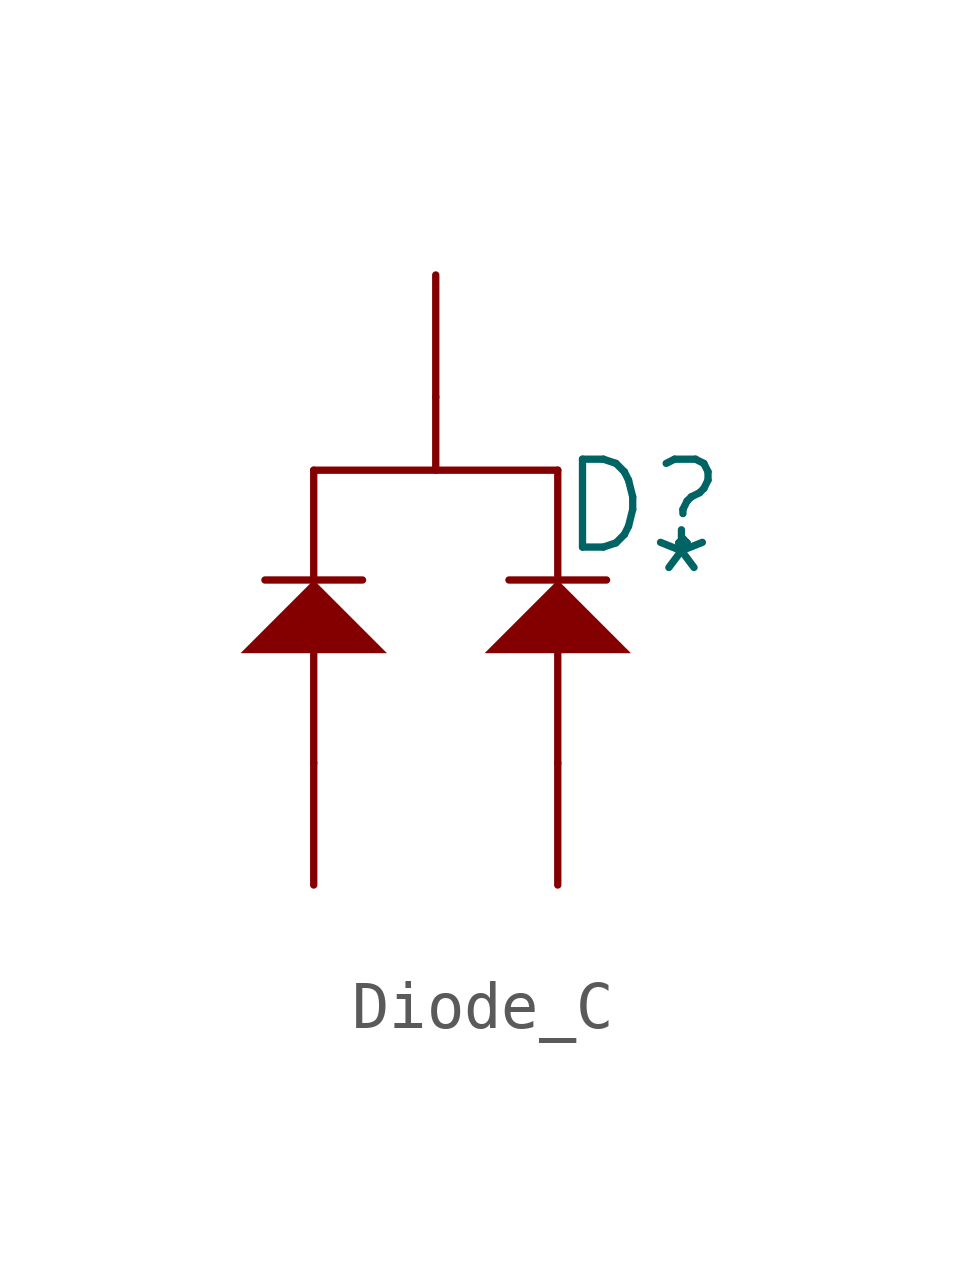
<source format=kicad_sym>
(kicad_symbol_lib
  (version 20241209)
  (generator "kicad_symbol_editor")
  (generator_version "9.0")
  (symbol "Diode_C"
    (pin_numbers
      (hide yes))
    (pin_names
      (hide yes))
    (property "Reference" "D"
      (at 9.398 -2.286 0)
      (effects (font (size 1.829 1.829))))
    (property "Value" "*"
      (at 9.398 -4.826 0)
      (effects (font (size 1.829 1.829)) (justify left bottom)))
    (symbol "Diode_C_1_0"
      (polyline (pts (xy 1.016 -5.334) (xy 4.064 -5.334) (xy 2.54 -3.81) (xy 1.016 -5.334) (xy 1.016 -5.334)) (stroke (width -0.0001) (type solid)) (fill (type outline)))
      (polyline (pts (xy 1.524 -3.81) (xy 3.556 -3.81)) (stroke (width 0) (type solid)) (fill (type none)))
      (polyline (pts (xy 2.54 -3.81) (xy 2.54 -1.524)) (stroke (width 0) (type solid)) (fill (type none)))
      (polyline (pts (xy 2.54 -7.62) (xy 2.54 -5.334)) (stroke (width 0) (type solid)) (fill (type none)))
      (polyline (pts (xy 5.08 0) (xy 5.08 -1.524)) (stroke (width 0) (type solid)) (fill (type none)))
      (polyline (pts (xy 6.096 -5.334) (xy 9.144 -5.334) (xy 7.62 -3.81) (xy 6.096 -5.334) (xy 6.096 -5.334)) (stroke (width -0.0001) (type solid)) (fill (type outline)))
      (polyline (pts (xy 6.604 -3.81) (xy 8.636 -3.81)) (stroke (width 0) (type solid)) (fill (type none)))
      (polyline (pts (xy 7.62 -1.524) (xy 2.54 -1.524)) (stroke (width 0) (type solid)) (fill (type none)))
      (polyline (pts (xy 7.62 -3.81) (xy 7.62 -1.524)) (stroke (width 0) (type solid)) (fill (type none)))
      (polyline (pts (xy 7.62 -7.62) (xy 7.62 -5.334)) (stroke (width 0) (type solid)) (fill (type none)))
      (pin passive line (at 2.54 -10.16 90) (length 2.54) (name "A1" (effects (font (size 1.27 1.27)))) (number "A1" (effects (font (size 1.27 1.27)))))
      (pin passive line (at 5.08 2.54 270) (length 2.54) (name "K" (effects (font (size 1.27 1.27)))) (number "K" (effects (font (size 1.27 1.27)))))
      (pin passive line (at 7.62 -10.16 90) (length 2.54) (name "A2" (effects (font (size 1.27 1.27)))) (number "A2" (effects (font (size 1.27 1.27))))))))
</source>
